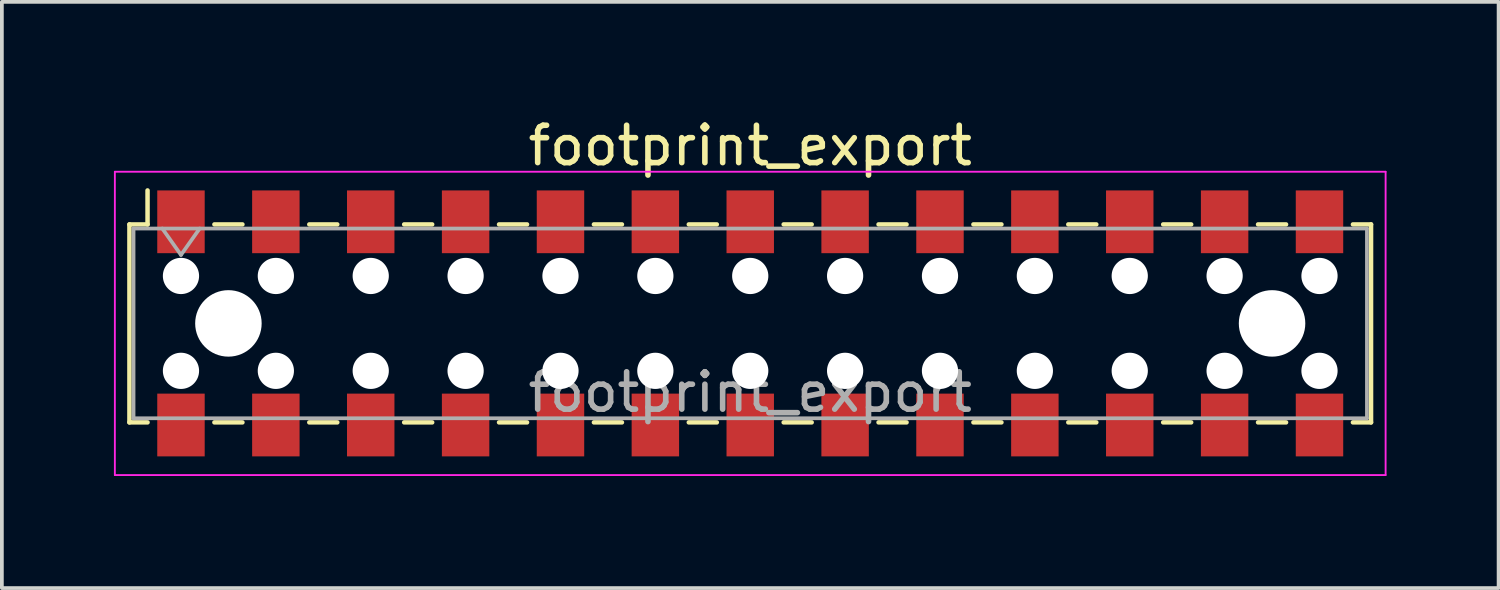
<source format=kicad_pcb>
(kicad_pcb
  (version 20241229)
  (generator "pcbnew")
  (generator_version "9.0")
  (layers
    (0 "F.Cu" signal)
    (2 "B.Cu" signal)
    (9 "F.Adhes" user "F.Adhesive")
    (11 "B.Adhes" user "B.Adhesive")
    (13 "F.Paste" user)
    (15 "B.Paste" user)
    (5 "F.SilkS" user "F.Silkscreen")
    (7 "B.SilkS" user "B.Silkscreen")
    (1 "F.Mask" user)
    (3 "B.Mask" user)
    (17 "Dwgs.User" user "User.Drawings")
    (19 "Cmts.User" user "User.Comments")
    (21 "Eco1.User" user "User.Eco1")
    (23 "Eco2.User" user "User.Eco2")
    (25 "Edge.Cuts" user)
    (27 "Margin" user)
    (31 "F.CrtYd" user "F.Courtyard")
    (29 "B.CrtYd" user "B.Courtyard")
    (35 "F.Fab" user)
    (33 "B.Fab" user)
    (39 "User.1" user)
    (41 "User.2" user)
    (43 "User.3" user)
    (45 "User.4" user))
  (footprint "footprint_export"
    (layer "F.Cu")
    (at 17.035 5.608)
    (property "Reference" "footprint_export" (at 0 -4.76 0) (layer "F.SilkS") (effects (font (size 1 1) (thickness 0.15))))
    (attr smd)
    (fp_line (start -16.62 -2.65) (end -16.62 2.65) (stroke (width 0.12) (type solid)) (layer "F.SilkS"))
    (fp_line (start -16.62 2.65) (end -16.135 2.65) (stroke (width 0.12) (type solid)) (layer "F.SilkS"))
    (fp_line (start -16.135 -3.56) (end -16.135 -2.65) (stroke (width 0.12) (type solid)) (layer "F.SilkS"))
    (fp_line (start -16.135 -2.65) (end -16.62 -2.65) (stroke (width 0.12) (type solid)) (layer "F.SilkS"))
    (fp_line (start -14.345 -2.65) (end -13.595 -2.65) (stroke (width 0.12) (type solid)) (layer "F.SilkS"))
    (fp_line (start -14.345 2.65) (end -13.595 2.65) (stroke (width 0.12) (type solid)) (layer "F.SilkS"))
    (fp_line (start -11.805 -2.65) (end -11.055 -2.65) (stroke (width 0.12) (type solid)) (layer "F.SilkS"))
    (fp_line (start -11.805 2.65) (end -11.055 2.65) (stroke (width 0.12) (type solid)) (layer "F.SilkS"))
    (fp_line (start -9.265 -2.65) (end -8.515 -2.65) (stroke (width 0.12) (type solid)) (layer "F.SilkS"))
    (fp_line (start -9.265 2.65) (end -8.515 2.65) (stroke (width 0.12) (type solid)) (layer "F.SilkS"))
    (fp_line (start -6.725 -2.65) (end -5.975 -2.65) (stroke (width 0.12) (type solid)) (layer "F.SilkS"))
    (fp_line (start -6.725 2.65) (end -5.975 2.65) (stroke (width 0.12) (type solid)) (layer "F.SilkS"))
    (fp_line (start -4.185 -2.65) (end -3.435 -2.65) (stroke (width 0.12) (type solid)) (layer "F.SilkS"))
    (fp_line (start -4.185 2.65) (end -3.435 2.65) (stroke (width 0.12) (type solid)) (layer "F.SilkS"))
    (fp_line (start -1.645 -2.65) (end -0.895 -2.65) (stroke (width 0.12) (type solid)) (layer "F.SilkS"))
    (fp_line (start -1.645 2.65) (end -0.895 2.65) (stroke (width 0.12) (type solid)) (layer "F.SilkS"))
    (fp_line (start 0.895 -2.65) (end 1.645 -2.65) (stroke (width 0.12) (type solid)) (layer "F.SilkS"))
    (fp_line (start 0.895 2.65) (end 1.645 2.65) (stroke (width 0.12) (type solid)) (layer "F.SilkS"))
    (fp_line (start 3.435 -2.65) (end 4.185 -2.65) (stroke (width 0.12) (type solid)) (layer "F.SilkS"))
    (fp_line (start 3.435 2.65) (end 4.185 2.65) (stroke (width 0.12) (type solid)) (layer "F.SilkS"))
    (fp_line (start 5.975 -2.65) (end 6.725 -2.65) (stroke (width 0.12) (type solid)) (layer "F.SilkS"))
    (fp_line (start 5.975 2.65) (end 6.725 2.65) (stroke (width 0.12) (type solid)) (layer "F.SilkS"))
    (fp_line (start 8.515 -2.65) (end 9.265 -2.65) (stroke (width 0.12) (type solid)) (layer "F.SilkS"))
    (fp_line (start 8.515 2.65) (end 9.265 2.65) (stroke (width 0.12) (type solid)) (layer "F.SilkS"))
    (fp_line (start 11.055 -2.65) (end 11.805 -2.65) (stroke (width 0.12) (type solid)) (layer "F.SilkS"))
    (fp_line (start 11.055 2.65) (end 11.805 2.65) (stroke (width 0.12) (type solid)) (layer "F.SilkS"))
    (fp_line (start 13.595 -2.65) (end 14.345 -2.65) (stroke (width 0.12) (type solid)) (layer "F.SilkS"))
    (fp_line (start 13.595 2.65) (end 14.345 2.65) (stroke (width 0.12) (type solid)) (layer "F.SilkS"))
    (fp_line (start 16.135 -2.65) (end 16.62 -2.65) (stroke (width 0.12) (type solid)) (layer "F.SilkS"))
    (fp_line (start 16.62 -2.65) (end 16.62 2.65) (stroke (width 0.12) (type solid)) (layer "F.SilkS"))
    (fp_line (start 16.62 2.65) (end 16.135 2.65) (stroke (width 0.12) (type solid)) (layer "F.SilkS"))
    (fp_line (start -17.01 -4.06) (end 17.01 -4.06) (stroke (width 0.05) (type solid)) (layer "F.CrtYd"))
    (fp_line (start -17.01 4.06) (end -17.01 -4.06) (stroke (width 0.05) (type solid)) (layer "F.CrtYd"))
    (fp_line (start 17.01 -4.06) (end 17.01 4.06) (stroke (width 0.05) (type solid)) (layer "F.CrtYd"))
    (fp_line (start 17.01 4.06) (end -17.01 4.06) (stroke (width 0.05) (type solid)) (layer "F.CrtYd"))
    (fp_line (start -16.51 -2.54) (end 16.51 -2.54) (stroke (width 0.1) (type solid)) (layer "F.Fab"))
    (fp_line (start -16.51 2.54) (end -16.51 -2.54) (stroke (width 0.1) (type solid)) (layer "F.Fab"))
    (fp_line (start -15.74 -2.54) (end -15.24 -1.833) (stroke (width 0.1) (type solid)) (layer "F.Fab"))
    (fp_line (start -15.24 -1.833) (end -14.74 -2.54) (stroke (width 0.1) (type solid)) (layer "F.Fab"))
    (fp_line (start 16.51 -2.54) (end 16.51 2.54) (stroke (width 0.1) (type solid)) (layer "F.Fab"))
    (fp_line (start 16.51 2.54) (end -16.51 2.54) (stroke (width 0.1) (type solid)) (layer "F.Fab"))
    (fp_text user "${REFERENCE}" (at 0 1.84 0) (layer "F.Fab") (effects (font (size 1 1) (thickness 0.15))))
    (pad "" np_thru_hole circle (at -15.24 -1.27) (size 0.97 0.97) (drill 0.97) (layers "*.Cu" "*.Mask"))
    (pad "" np_thru_hole circle (at -15.24 1.27) (size 0.97 0.97) (drill 0.97) (layers "*.Cu" "*.Mask"))
    (pad "" np_thru_hole circle (at -13.97 0) (size 1.78 1.78) (drill 1.78) (layers "*.Cu" "*.Mask"))
    (pad "" np_thru_hole circle (at -12.7 -1.27) (size 0.97 0.97) (drill 0.97) (layers "*.Cu" "*.Mask"))
    (pad "" np_thru_hole circle (at -12.7 1.27) (size 0.97 0.97) (drill 0.97) (layers "*.Cu" "*.Mask"))
    (pad "" np_thru_hole circle (at -10.16 -1.27) (size 0.97 0.97) (drill 0.97) (layers "*.Cu" "*.Mask"))
    (pad "" np_thru_hole circle (at -10.16 1.27) (size 0.97 0.97) (drill 0.97) (layers "*.Cu" "*.Mask"))
    (pad "" np_thru_hole circle (at -7.62 -1.27) (size 0.97 0.97) (drill 0.97) (layers "*.Cu" "*.Mask"))
    (pad "" np_thru_hole circle (at -7.62 1.27) (size 0.97 0.97) (drill 0.97) (layers "*.Cu" "*.Mask"))
    (pad "" np_thru_hole circle (at -5.08 -1.27) (size 0.97 0.97) (drill 0.97) (layers "*.Cu" "*.Mask"))
    (pad "" np_thru_hole circle (at -5.08 1.27) (size 0.97 0.97) (drill 0.97) (layers "*.Cu" "*.Mask"))
    (pad "" np_thru_hole circle (at -2.54 -1.27) (size 0.97 0.97) (drill 0.97) (layers "*.Cu" "*.Mask"))
    (pad "" np_thru_hole circle (at -2.54 1.27) (size 0.97 0.97) (drill 0.97) (layers "*.Cu" "*.Mask"))
    (pad "" np_thru_hole circle (at 0 -1.27) (size 0.97 0.97) (drill 0.97) (layers "*.Cu" "*.Mask"))
    (pad "" np_thru_hole circle (at 0 1.27) (size 0.97 0.97) (drill 0.97) (layers "*.Cu" "*.Mask"))
    (pad "" np_thru_hole circle (at 2.54 -1.27) (size 0.97 0.97) (drill 0.97) (layers "*.Cu" "*.Mask"))
    (pad "" np_thru_hole circle (at 2.54 1.27) (size 0.97 0.97) (drill 0.97) (layers "*.Cu" "*.Mask"))
    (pad "" np_thru_hole circle (at 5.08 -1.27) (size 0.97 0.97) (drill 0.97) (layers "*.Cu" "*.Mask"))
    (pad "" np_thru_hole circle (at 5.08 1.27) (size 0.97 0.97) (drill 0.97) (layers "*.Cu" "*.Mask"))
    (pad "" np_thru_hole circle (at 7.62 -1.27) (size 0.97 0.97) (drill 0.97) (layers "*.Cu" "*.Mask"))
    (pad "" np_thru_hole circle (at 7.62 1.27) (size 0.97 0.97) (drill 0.97) (layers "*.Cu" "*.Mask"))
    (pad "" np_thru_hole circle (at 10.16 -1.27) (size 0.97 0.97) (drill 0.97) (layers "*.Cu" "*.Mask"))
    (pad "" np_thru_hole circle (at 10.16 1.27) (size 0.97 0.97) (drill 0.97) (layers "*.Cu" "*.Mask"))
    (pad "" np_thru_hole circle (at 12.7 -1.27) (size 0.97 0.97) (drill 0.97) (layers "*.Cu" "*.Mask"))
    (pad "" np_thru_hole circle (at 12.7 1.27) (size 0.97 0.97) (drill 0.97) (layers "*.Cu" "*.Mask"))
    (pad "" np_thru_hole circle (at 13.97 0) (size 1.78 1.78) (drill 1.78) (layers "*.Cu" "*.Mask"))
    (pad "" np_thru_hole circle (at 15.24 -1.27) (size 0.97 0.97) (drill 0.97) (layers "*.Cu" "*.Mask"))
    (pad "" np_thru_hole circle (at 15.24 1.27) (size 0.97 0.97) (drill 0.97) (layers "*.Cu" "*.Mask"))
    (pad "1" smd rect (at -15.24 -2.72) (size 1.27 1.68) (layers "F.Cu" "F.Mask" "F.Paste"))
    (pad "2" smd rect (at -15.24 2.72) (size 1.27 1.68) (layers "F.Cu" "F.Mask" "F.Paste"))
    (pad "3" smd rect (at -12.7 -2.72) (size 1.27 1.68) (layers "F.Cu" "F.Mask" "F.Paste"))
    (pad "4" smd rect (at -12.7 2.72) (size 1.27 1.68) (layers "F.Cu" "F.Mask" "F.Paste"))
    (pad "5" smd rect (at -10.16 -2.72) (size 1.27 1.68) (layers "F.Cu" "F.Mask" "F.Paste"))
    (pad "6" smd rect (at -10.16 2.72) (size 1.27 1.68) (layers "F.Cu" "F.Mask" "F.Paste"))
    (pad "7" smd rect (at -7.62 -2.72) (size 1.27 1.68) (layers "F.Cu" "F.Mask" "F.Paste"))
    (pad "8" smd rect (at -7.62 2.72) (size 1.27 1.68) (layers "F.Cu" "F.Mask" "F.Paste"))
    (pad "9" smd rect (at -5.08 -2.72) (size 1.27 1.68) (layers "F.Cu" "F.Mask" "F.Paste"))
    (pad "10" smd rect (at -5.08 2.72) (size 1.27 1.68) (layers "F.Cu" "F.Mask" "F.Paste"))
    (pad "11" smd rect (at -2.54 -2.72) (size 1.27 1.68) (layers "F.Cu" "F.Mask" "F.Paste"))
    (pad "12" smd rect (at -2.54 2.72) (size 1.27 1.68) (layers "F.Cu" "F.Mask" "F.Paste"))
    (pad "13" smd rect (at 0 -2.72) (size 1.27 1.68) (layers "F.Cu" "F.Mask" "F.Paste"))
    (pad "14" smd rect (at 0 2.72) (size 1.27 1.68) (layers "F.Cu" "F.Mask" "F.Paste"))
    (pad "15" smd rect (at 2.54 -2.72) (size 1.27 1.68) (layers "F.Cu" "F.Mask" "F.Paste"))
    (pad "16" smd rect (at 2.54 2.72) (size 1.27 1.68) (layers "F.Cu" "F.Mask" "F.Paste"))
    (pad "17" smd rect (at 5.08 -2.72) (size 1.27 1.68) (layers "F.Cu" "F.Mask" "F.Paste"))
    (pad "18" smd rect (at 5.08 2.72) (size 1.27 1.68) (layers "F.Cu" "F.Mask" "F.Paste"))
    (pad "19" smd rect (at 7.62 -2.72) (size 1.27 1.68) (layers "F.Cu" "F.Mask" "F.Paste"))
    (pad "20" smd rect (at 7.62 2.72) (size 1.27 1.68) (layers "F.Cu" "F.Mask" "F.Paste"))
    (pad "21" smd rect (at 10.16 -2.72) (size 1.27 1.68) (layers "F.Cu" "F.Mask" "F.Paste"))
    (pad "22" smd rect (at 10.16 2.72) (size 1.27 1.68) (layers "F.Cu" "F.Mask" "F.Paste"))
    (pad "23" smd rect (at 12.7 -2.72) (size 1.27 1.68) (layers "F.Cu" "F.Mask" "F.Paste"))
    (pad "24" smd rect (at 12.7 2.72) (size 1.27 1.68) (layers "F.Cu" "F.Mask" "F.Paste"))
    (pad "25" smd rect (at 15.24 -2.72) (size 1.27 1.68) (layers "F.Cu" "F.Mask" "F.Paste"))
    (pad "26" smd rect (at 15.24 2.72) (size 1.27 1.68) (layers "F.Cu" "F.Mask" "F.Paste")))
  (gr_rect
    (start -3 -3)
    (end 37.07 12.693)
    (stroke (width 0.1) (type default))
    (fill no)
    (layer "Edge.Cuts")))
</source>
